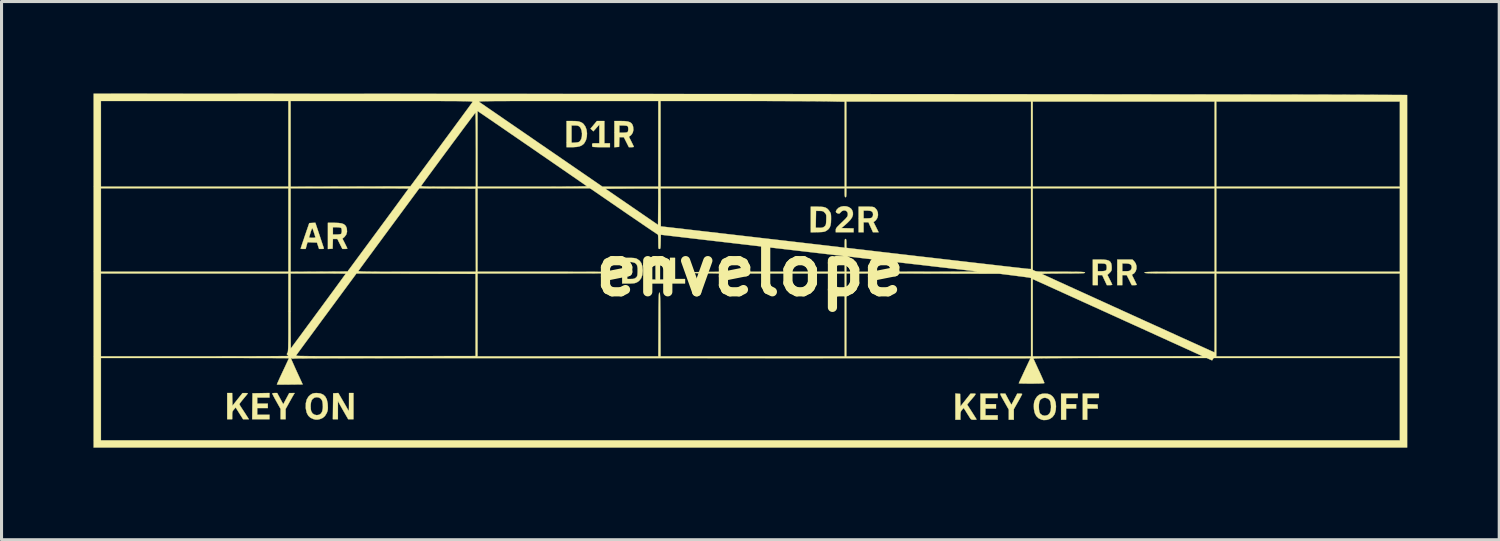
<source format=kicad_pcb>
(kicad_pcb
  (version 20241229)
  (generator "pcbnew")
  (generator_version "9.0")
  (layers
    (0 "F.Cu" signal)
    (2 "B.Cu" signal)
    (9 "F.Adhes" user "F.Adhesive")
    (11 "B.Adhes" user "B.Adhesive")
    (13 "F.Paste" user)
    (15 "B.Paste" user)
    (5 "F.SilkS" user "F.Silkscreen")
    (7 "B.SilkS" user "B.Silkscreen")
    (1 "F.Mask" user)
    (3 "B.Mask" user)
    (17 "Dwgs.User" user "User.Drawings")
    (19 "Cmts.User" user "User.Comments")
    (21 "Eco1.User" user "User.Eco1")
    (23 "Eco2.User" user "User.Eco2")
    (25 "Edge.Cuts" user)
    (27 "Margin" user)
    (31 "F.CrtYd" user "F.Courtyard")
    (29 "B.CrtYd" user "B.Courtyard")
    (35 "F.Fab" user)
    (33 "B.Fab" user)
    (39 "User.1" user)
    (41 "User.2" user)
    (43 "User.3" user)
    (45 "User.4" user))
  (footprint "envelope"
    (layer "F.Cu")
    (at 21.414 5.777)
    (property "Reference" "envelope" (at 0 0 0) (layer "F.SilkS") (effects (font (size 1.524 1.524) (thickness 0.3))))
    (attr through_hole)
    (fp_poly (pts (xy -2.449 0.272) (xy -2.123 0.272) (xy -2.123 0.417) (xy -2.613 0.417) (xy -2.613 -0.417) (xy -2.449 -0.417) (xy -2.449 0.272)) (stroke (width 0.01) (type solid)) (fill yes) (layer "F.SilkS"))
    (fp_poly (pts (xy 10.686 4.155) (xy 10.305 4.155) (xy 10.305 4.354) (xy 10.632 4.354) (xy 10.632 4.499) (xy 10.305 4.499) (xy 10.305 4.862) (xy 10.142 4.862) (xy 10.142 4.01) (xy 10.686 4.01) (xy 10.686 4.155)) (stroke (width 0.01) (type solid)) (fill yes) (layer "F.SilkS"))
    (fp_poly (pts (xy 11.376 4.155) (xy 10.995 4.155) (xy 10.995 4.353) (xy 11.162 4.358) (xy 11.33 4.363) (xy 11.341 4.499) (xy 10.995 4.499) (xy 10.995 4.862) (xy 10.849 4.862) (xy 10.849 4.01) (xy 11.376 4.01) (xy 11.376 4.155)) (stroke (width 0.01) (type solid)) (fill yes) (layer "F.SilkS"))
    (fp_poly (pts (xy 8.074 4.155) (xy 7.674 4.155) (xy 7.674 4.354) (xy 8.019 4.354) (xy 8.019 4.499) (xy 7.674 4.499) (xy 7.674 4.717) (xy 8.074 4.717) (xy 8.074 4.862) (xy 7.511 4.862) (xy 7.511 4.01) (xy 8.074 4.01) (xy 8.074 4.155)) (stroke (width 0.01) (type solid)) (fill yes) (layer "F.SilkS"))
    (fp_poly (pts (xy -15.675 4.137) (xy -16.075 4.137) (xy -16.075 4.336) (xy -15.73 4.336) (xy -15.73 4.481) (xy -16.075 4.481) (xy -16.075 4.699) (xy -15.675 4.699) (xy -15.675 4.844) (xy -16.239 4.844) (xy -16.234 4.422) (xy -16.229 4) (xy -15.952 3.995) (xy -15.675 3.99) (xy -15.675 4.137)) (stroke (width 0.01) (type solid)) (fill yes) (layer "F.SilkS"))
    (fp_poly (pts (xy -2.939 0.29) (xy -2.74 0.29) (xy -2.74 0.417) (xy -3.32 0.417) (xy -3.32 0.29) (xy -3.084 0.29) (xy -3.085 -0.318) (xy -3.189 -0.203) (xy -3.293 -0.088) (xy -3.336 -0.133) (xy -3.379 -0.179) (xy -3.184 -0.417) (xy -3.062 -0.417) (xy -2.939 -0.417) (xy -2.939 0.29)) (stroke (width 0.01) (type solid)) (fill yes) (layer "F.SilkS"))
    (fp_poly (pts (xy -15.226 4.358) (xy -15.129 4.175) (xy -15.031 3.992) (xy -14.943 3.992) (xy -14.855 3.991) (xy -14.89 4.05) (xy -14.913 4.089) (xy -14.948 4.151) (xy -14.991 4.228) (xy -15.037 4.31) (xy -15.037 4.311) (xy -15.149 4.512) (xy -15.149 4.844) (xy -15.313 4.844) (xy -15.313 4.676) (xy -15.313 4.508) (xy -15.449 4.266) (xy -15.496 4.181) (xy -15.536 4.107) (xy -15.566 4.049) (xy -15.582 4.014) (xy -15.585 4.007) (xy -15.569 3.998) (xy -15.528 3.992) (xy -15.504 3.991) (xy -15.424 3.991) (xy -15.226 4.358)) (stroke (width 0.01) (type solid)) (fill yes) (layer "F.SilkS"))
    (fp_poly (pts (xy -4.753 -4.155) (xy -4.572 -4.155) (xy -4.572 -4.028) (xy -4.85 -4.028) (xy -4.947 -4.028) (xy -5.031 -4.031) (xy -5.095 -4.034) (xy -5.133 -4.038) (xy -5.14 -4.04) (xy -5.149 -4.065) (xy -5.153 -4.103) (xy -5.151 -4.131) (xy -5.141 -4.146) (xy -5.115 -4.153) (xy -5.064 -4.155) (xy -5.035 -4.155) (xy -4.917 -4.155) (xy -4.917 -4.459) (xy -4.918 -4.763) (xy -5.015 -4.654) (xy -5.113 -4.545) (xy -5.159 -4.588) (xy -5.205 -4.631) (xy -5.102 -4.755) (xy -4.998 -4.88) (xy -4.876 -4.88) (xy -4.753 -4.88) (xy -4.753 -4.155)) (stroke (width 0.01) (type solid)) (fill yes) (layer "F.SilkS"))
    (fp_poly (pts (xy -13.285 4.24) (xy -13.233 4.33) (xy -13.185 4.413) (xy -13.146 4.482) (xy -13.119 4.53) (xy -13.111 4.545) (xy -13.101 4.563) (xy -13.093 4.568) (xy -13.088 4.557) (xy -13.085 4.524) (xy -13.083 4.467) (xy -13.082 4.38) (xy -13.082 4.295) (xy -13.081 3.991) (xy -12.936 3.991) (xy -12.936 4.844) (xy -13.022 4.844) (xy -13.108 4.844) (xy -13.199 4.687) (xy -13.25 4.598) (xy -13.305 4.502) (xy -13.354 4.414) (xy -13.367 4.392) (xy -13.443 4.255) (xy -13.444 4.549) (xy -13.444 4.844) (xy -13.608 4.844) (xy -13.603 4.422) (xy -13.598 4) (xy -13.431 3.99) (xy -13.285 4.24)) (stroke (width 0.01) (type solid)) (fill yes) (layer "F.SilkS"))
    (fp_poly (pts (xy 8.219 4.009) (xy 8.234 4.01) (xy 8.323 4.01) (xy 8.381 4.119) (xy 8.418 4.189) (xy 8.456 4.258) (xy 8.48 4.301) (xy 8.522 4.374) (xy 8.713 4.01) (xy 8.793 4.01) (xy 8.84 4.012) (xy 8.869 4.02) (xy 8.872 4.024) (xy 8.863 4.044) (xy 8.84 4.089) (xy 8.805 4.155) (xy 8.761 4.234) (xy 8.736 4.278) (xy 8.6 4.518) (xy 8.6 4.862) (xy 8.436 4.862) (xy 8.436 4.532) (xy 8.312 4.312) (xy 8.252 4.206) (xy 8.208 4.128) (xy 8.179 4.073) (xy 8.164 4.038) (xy 8.161 4.019) (xy 8.17 4.01) (xy 8.19 4.008) (xy 8.219 4.009)) (stroke (width 0.01) (type solid)) (fill yes) (layer "F.SilkS"))
    (fp_poly (pts (xy -16.887 4.198) (xy -16.882 4.405) (xy -16.719 4.199) (xy -16.555 3.992) (xy -16.469 3.992) (xy -16.419 3.994) (xy -16.388 3.998) (xy -16.383 4.002) (xy -16.394 4.019) (xy -16.424 4.058) (xy -16.469 4.112) (xy -16.519 4.173) (xy -16.573 4.238) (xy -16.617 4.294) (xy -16.646 4.335) (xy -16.655 4.354) (xy -16.646 4.38) (xy -16.621 4.424) (xy -16.603 4.451) (xy -16.571 4.5) (xy -16.526 4.568) (xy -16.476 4.645) (xy -16.45 4.685) (xy -16.348 4.844) (xy -16.537 4.844) (xy -16.778 4.462) (xy -16.834 4.527) (xy -16.865 4.565) (xy -16.882 4.6) (xy -16.889 4.645) (xy -16.891 4.713) (xy -16.891 4.718) (xy -16.891 4.844) (xy -17.054 4.844) (xy -17.054 3.991) (xy -16.892 3.991) (xy -16.887 4.198)) (stroke (width 0.01) (type solid)) (fill yes) (layer "F.SilkS"))
    (fp_poly (pts (xy 3.88 -2.086) (xy 3.951 -2.084) (xy 3.999 -2.079) (xy 4.032 -2.071) (xy 4.057 -2.059) (xy 4.073 -2.047) (xy 4.132 -1.98) (xy 4.165 -1.898) (xy 4.171 -1.81) (xy 4.152 -1.725) (xy 4.106 -1.651) (xy 4.072 -1.62) (xy 4.024 -1.585) (xy 4.108 -1.419) (xy 4.191 -1.252) (xy 4.007 -1.252) (xy 3.859 -1.578) (xy 3.701 -1.578) (xy 3.701 -1.252) (xy 3.538 -1.252) (xy 3.538 -1.959) (xy 3.701 -1.959) (xy 3.701 -1.705) (xy 3.822 -1.705) (xy 3.902 -1.709) (xy 3.953 -1.721) (xy 3.976 -1.735) (xy 4.003 -1.782) (xy 4.01 -1.834) (xy 4.001 -1.892) (xy 3.97 -1.93) (xy 3.915 -1.952) (xy 3.83 -1.959) (xy 3.815 -1.959) (xy 3.701 -1.959) (xy 3.538 -1.959) (xy 3.538 -2.086) (xy 3.78 -2.086) (xy 3.88 -2.086)) (stroke (width 0.01) (type solid)) (fill yes) (layer "F.SilkS"))
    (fp_poly (pts (xy -5.81 -4.88) (xy -5.688 -4.877) (xy -5.594 -4.866) (xy -5.523 -4.844) (xy -5.465 -4.812) (xy -5.432 -4.782) (xy -5.373 -4.699) (xy -5.335 -4.596) (xy -5.32 -4.482) (xy -5.326 -4.366) (xy -5.354 -4.257) (xy -5.404 -4.164) (xy -5.432 -4.13) (xy -5.489 -4.086) (xy -5.559 -4.055) (xy -5.65 -4.036) (xy -5.767 -4.028) (xy -5.823 -4.028) (xy -5.987 -4.028) (xy -5.987 -4.735) (xy -5.824 -4.735) (xy -5.824 -4.169) (xy -5.703 -4.176) (xy -5.634 -4.183) (xy -5.59 -4.194) (xy -5.559 -4.214) (xy -5.542 -4.232) (xy -5.506 -4.298) (xy -5.486 -4.383) (xy -5.483 -4.478) (xy -5.496 -4.569) (xy -5.525 -4.647) (xy -5.553 -4.685) (xy -5.587 -4.714) (xy -5.623 -4.729) (xy -5.674 -4.735) (xy -5.714 -4.735) (xy -5.824 -4.735) (xy -5.987 -4.735) (xy -5.987 -4.88) (xy -5.81 -4.88)) (stroke (width 0.01) (type solid)) (fill yes) (layer "F.SilkS"))
    (fp_poly (pts (xy 6.849 4.019) (xy 6.854 4.223) (xy 6.859 4.428) (xy 7.19 4.01) (xy 7.279 4.01) (xy 7.318 4.01) (xy 7.343 4.013) (xy 7.352 4.023) (xy 7.344 4.045) (xy 7.317 4.083) (xy 7.269 4.14) (xy 7.209 4.211) (xy 7.078 4.367) (xy 7.231 4.605) (xy 7.283 4.687) (xy 7.328 4.758) (xy 7.362 4.812) (xy 7.381 4.845) (xy 7.384 4.852) (xy 7.368 4.858) (xy 7.326 4.862) (xy 7.295 4.862) (xy 7.24 4.86) (xy 7.206 4.848) (xy 7.18 4.819) (xy 7.164 4.794) (xy 7.134 4.745) (xy 7.092 4.679) (xy 7.048 4.609) (xy 7.044 4.601) (xy 6.964 4.477) (xy 6.912 4.538) (xy 6.884 4.574) (xy 6.868 4.61) (xy 6.861 4.657) (xy 6.859 4.727) (xy 6.859 4.731) (xy 6.858 4.862) (xy 6.695 4.862) (xy 6.695 4.007) (xy 6.849 4.019)) (stroke (width 0.01) (type solid)) (fill yes) (layer "F.SilkS"))
    (fp_poly (pts (xy 12.528 -0.303) (xy 12.576 -0.233) (xy 12.6 -0.151) (xy 12.6 -0.065) (xy 12.577 0.014) (xy 12.532 0.079) (xy 12.5 0.103) (xy 12.449 0.133) (xy 12.529 0.293) (xy 12.563 0.362) (xy 12.59 0.418) (xy 12.606 0.453) (xy 12.609 0.462) (xy 12.593 0.468) (xy 12.552 0.471) (xy 12.528 0.472) (xy 12.446 0.472) (xy 12.364 0.308) (xy 12.282 0.145) (xy 12.138 0.145) (xy 12.138 0.472) (xy 11.974 0.472) (xy 11.974 -0.236) (xy 12.138 -0.236) (xy 12.138 0.018) (xy 12.255 0.018) (xy 12.327 0.016) (xy 12.373 0.006) (xy 12.404 -0.013) (xy 12.41 -0.018) (xy 12.437 -0.064) (xy 12.446 -0.109) (xy 12.435 -0.169) (xy 12.399 -0.209) (xy 12.335 -0.23) (xy 12.255 -0.236) (xy 12.138 -0.236) (xy 11.974 -0.236) (xy 11.974 -0.363) (xy 12.468 -0.363) (xy 12.528 -0.303)) (stroke (width 0.01) (type solid)) (fill yes) (layer "F.SilkS"))
    (fp_poly (pts (xy -3.866 -0.416) (xy -3.796 -0.412) (xy -3.745 -0.404) (xy -3.704 -0.391) (xy -3.684 -0.381) (xy -3.604 -0.325) (xy -3.548 -0.246) (xy -3.515 -0.143) (xy -3.502 -0.012) (xy -3.502 0.01) (xy -3.515 0.14) (xy -3.554 0.247) (xy -3.618 0.33) (xy -3.682 0.375) (xy -3.722 0.394) (xy -3.762 0.406) (xy -3.812 0.413) (xy -3.881 0.417) (xy -3.967 0.417) (xy -4.173 0.417) (xy -4.173 0.272) (xy -4.01 0.272) (xy -3.893 0.272) (xy -3.823 0.27) (xy -3.776 0.26) (xy -3.739 0.24) (xy -3.725 0.228) (xy -3.7 0.204) (xy -3.684 0.177) (xy -3.675 0.138) (xy -3.67 0.078) (xy -3.668 0.033) (xy -3.668 -0.079) (xy -3.683 -0.162) (xy -3.714 -0.22) (xy -3.767 -0.257) (xy -3.843 -0.278) (xy -3.9 -0.285) (xy -4.01 -0.295) (xy -4.01 0.272) (xy -4.173 0.272) (xy -4.173 -0.417) (xy -3.963 -0.417) (xy -3.866 -0.416)) (stroke (width 0.01) (type solid)) (fill yes) (layer "F.SilkS"))
    (fp_poly (pts (xy -4.088 -4.877) (xy -3.99 -4.864) (xy -3.917 -4.841) (xy -3.867 -4.804) (xy -3.834 -4.752) (xy -3.815 -4.69) (xy -3.807 -4.589) (xy -3.828 -4.5) (xy -3.875 -4.429) (xy -3.891 -4.414) (xy -3.952 -4.366) (xy -3.872 -4.206) (xy -3.838 -4.137) (xy -3.811 -4.082) (xy -3.795 -4.046) (xy -3.792 -4.037) (xy -3.808 -4.032) (xy -3.849 -4.028) (xy -3.873 -4.028) (xy -3.955 -4.028) (xy -4.119 -4.354) (xy -4.262 -4.354) (xy -4.273 -4.037) (xy -4.427 -4.026) (xy -4.427 -4.735) (xy -4.264 -4.735) (xy -4.264 -4.499) (xy -4.14 -4.499) (xy -4.07 -4.503) (xy -4.017 -4.511) (xy -3.995 -4.521) (xy -3.981 -4.552) (xy -3.974 -4.602) (xy -3.973 -4.617) (xy -3.978 -4.67) (xy -3.991 -4.708) (xy -3.995 -4.714) (xy -4.025 -4.725) (xy -4.081 -4.733) (xy -4.14 -4.735) (xy -4.264 -4.735) (xy -4.427 -4.735) (xy -4.427 -4.88) (xy -4.218 -4.88) (xy -4.088 -4.877)) (stroke (width 0.01) (type solid)) (fill yes) (layer "F.SilkS"))
    (fp_poly (pts (xy -13.43 -1.556) (xy -13.33 -1.543) (xy -13.257 -1.518) (xy -13.205 -1.479) (xy -13.171 -1.425) (xy -13.153 -1.367) (xy -13.146 -1.267) (xy -13.172 -1.176) (xy -13.227 -1.102) (xy -13.232 -1.098) (xy -13.295 -1.043) (xy -13.216 -0.889) (xy -13.182 -0.821) (xy -13.155 -0.765) (xy -13.139 -0.73) (xy -13.136 -0.721) (xy -13.152 -0.713) (xy -13.193 -0.708) (xy -13.217 -0.708) (xy -13.298 -0.708) (xy -13.462 -1.034) (xy -13.606 -1.034) (xy -13.616 -0.717) (xy -13.693 -0.711) (xy -13.77 -0.705) (xy -13.77 -1.415) (xy -13.607 -1.415) (xy -13.607 -1.179) (xy -13.484 -1.179) (xy -13.413 -1.182) (xy -13.361 -1.191) (xy -13.339 -1.201) (xy -13.325 -1.232) (xy -13.317 -1.282) (xy -13.317 -1.297) (xy -13.322 -1.35) (xy -13.334 -1.388) (xy -13.339 -1.393) (xy -13.369 -1.405) (xy -13.425 -1.413) (xy -13.484 -1.415) (xy -13.607 -1.415) (xy -13.77 -1.415) (xy -13.77 -1.56) (xy -13.561 -1.56) (xy -13.43 -1.556)) (stroke (width 0.01) (type solid)) (fill yes) (layer "F.SilkS"))
    (fp_poly (pts (xy 11.534 -0.359) (xy 11.633 -0.347) (xy 11.704 -0.323) (xy 11.751 -0.284) (xy 11.779 -0.228) (xy 11.791 -0.152) (xy 11.793 -0.098) (xy 11.791 -0.036) (xy 11.78 0.005) (xy 11.755 0.04) (xy 11.723 0.072) (xy 11.653 0.139) (xy 11.731 0.292) (xy 11.765 0.359) (xy 11.792 0.415) (xy 11.807 0.45) (xy 11.81 0.458) (xy 11.794 0.466) (xy 11.753 0.471) (xy 11.723 0.472) (xy 11.635 0.472) (xy 11.559 0.308) (xy 11.483 0.145) (xy 11.339 0.145) (xy 11.339 0.472) (xy 11.176 0.472) (xy 11.176 -0.236) (xy 11.339 -0.236) (xy 11.339 0.018) (xy 11.449 0.018) (xy 11.515 0.015) (xy 11.569 0.007) (xy 11.594 -0.001) (xy 11.617 -0.022) (xy 11.627 -0.06) (xy 11.63 -0.109) (xy 11.625 -0.167) (xy 11.608 -0.205) (xy 11.571 -0.226) (xy 11.509 -0.235) (xy 11.449 -0.236) (xy 11.339 -0.236) (xy 11.176 -0.236) (xy 11.176 -0.363) (xy 11.404 -0.363) (xy 11.534 -0.359)) (stroke (width 0.01) (type solid)) (fill yes) (layer "F.SilkS"))
    (fp_poly (pts (xy 3.137 -2.098) (xy 3.22 -2.072) (xy 3.288 -2.026) (xy 3.325 -1.976) (xy 3.353 -1.896) (xy 3.353 -1.818) (xy 3.325 -1.738) (xy 3.266 -1.653) (xy 3.174 -1.559) (xy 3.125 -1.515) (xy 2.977 -1.388) (xy 3.176 -1.383) (xy 3.375 -1.378) (xy 3.375 -1.252) (xy 2.794 -1.252) (xy 2.794 -1.32) (xy 2.796 -1.348) (xy 2.804 -1.375) (xy 2.823 -1.405) (xy 2.856 -1.443) (xy 2.908 -1.495) (xy 2.982 -1.566) (xy 2.985 -1.569) (xy 3.064 -1.645) (xy 3.12 -1.702) (xy 3.156 -1.746) (xy 3.177 -1.78) (xy 3.186 -1.811) (xy 3.187 -1.815) (xy 3.183 -1.883) (xy 3.154 -1.933) (xy 3.108 -1.961) (xy 3.052 -1.965) (xy 2.994 -1.942) (xy 2.957 -1.908) (xy 2.924 -1.872) (xy 2.897 -1.86) (xy 2.862 -1.867) (xy 2.852 -1.87) (xy 2.808 -1.894) (xy 2.796 -1.927) (xy 2.815 -1.974) (xy 2.824 -1.988) (xy 2.882 -2.048) (xy 2.96 -2.086) (xy 3.047 -2.103) (xy 3.137 -2.098)) (stroke (width 0.01) (type solid)) (fill yes) (layer "F.SilkS"))
    (fp_poly (pts (xy 2.307 -2.084) (xy 2.394 -2.075) (xy 2.46 -2.056) (xy 2.511 -2.026) (xy 2.557 -1.98) (xy 2.585 -1.942) (xy 2.61 -1.905) (xy 2.626 -1.872) (xy 2.635 -1.833) (xy 2.639 -1.78) (xy 2.64 -1.701) (xy 2.64 -1.681) (xy 2.636 -1.563) (xy 2.621 -1.473) (xy 2.594 -1.405) (xy 2.551 -1.35) (xy 2.498 -1.309) (xy 2.464 -1.289) (xy 2.431 -1.275) (xy 2.391 -1.266) (xy 2.335 -1.26) (xy 2.255 -1.256) (xy 2.201 -1.255) (xy 1.978 -1.249) (xy 1.978 -1.397) (xy 2.14 -1.397) (xy 2.257 -1.397) (xy 2.327 -1.399) (xy 2.374 -1.409) (xy 2.411 -1.429) (xy 2.426 -1.441) (xy 2.449 -1.464) (xy 2.465 -1.488) (xy 2.474 -1.523) (xy 2.479 -1.576) (xy 2.483 -1.656) (xy 2.485 -1.737) (xy 2.484 -1.79) (xy 2.478 -1.826) (xy 2.464 -1.853) (xy 2.442 -1.881) (xy 2.436 -1.887) (xy 2.404 -1.92) (xy 2.373 -1.938) (xy 2.33 -1.946) (xy 2.267 -1.948) (xy 2.15 -1.95) (xy 2.145 -1.674) (xy 2.14 -1.397) (xy 1.978 -1.397) (xy 1.978 -2.086) (xy 2.191 -2.086) (xy 2.307 -2.084)) (stroke (width 0.01) (type solid)) (fill yes) (layer "F.SilkS"))
    (fp_poly (pts (xy -14.044 -1.157) (xy -14.006 -1.042) (xy -13.971 -0.937) (xy -13.942 -0.849) (xy -13.919 -0.781) (xy -13.905 -0.74) (xy -13.902 -0.73) (xy -13.909 -0.715) (xy -13.946 -0.708) (xy -13.976 -0.708) (xy -14.058 -0.708) (xy -14.092 -0.812) (xy -14.127 -0.916) (xy -14.281 -0.921) (xy -14.435 -0.927) (xy -14.466 -0.817) (xy -14.496 -0.708) (xy -14.578 -0.708) (xy -14.626 -0.71) (xy -14.655 -0.717) (xy -14.658 -0.721) (xy -14.652 -0.741) (xy -14.636 -0.791) (xy -14.612 -0.865) (xy -14.58 -0.959) (xy -14.543 -1.067) (xy -14.535 -1.093) (xy -14.383 -1.093) (xy -14.377 -1.08) (xy -14.344 -1.073) (xy -14.281 -1.07) (xy -14.216 -1.073) (xy -14.184 -1.08) (xy -14.178 -1.093) (xy -14.212 -1.203) (xy -14.238 -1.282) (xy -14.256 -1.335) (xy -14.269 -1.368) (xy -14.277 -1.383) (xy -14.278 -1.384) (xy -14.288 -1.375) (xy -14.305 -1.338) (xy -14.326 -1.28) (xy -14.333 -1.257) (xy -14.353 -1.188) (xy -14.37 -1.131) (xy -14.381 -1.097) (xy -14.383 -1.093) (xy -14.535 -1.093) (xy -14.518 -1.143) (xy -14.378 -1.551) (xy -14.278 -1.557) (xy -14.179 -1.562) (xy -14.044 -1.157)) (stroke (width 0.01) (type solid)) (fill yes) (layer "F.SilkS"))
    (fp_poly (pts (xy 9.709 4.017) (xy 9.784 4.042) (xy 9.85 4.09) (xy 9.883 4.125) (xy 9.933 4.206) (xy 9.965 4.31) (xy 9.976 4.425) (xy 9.968 4.543) (xy 9.94 4.653) (xy 9.921 4.695) (xy 9.86 4.775) (xy 9.777 4.834) (xy 9.679 4.867) (xy 9.575 4.873) (xy 9.508 4.86) (xy 9.408 4.814) (xy 9.333 4.741) (xy 9.283 4.643) (xy 9.257 4.518) (xy 9.254 4.448) (xy 9.416 4.448) (xy 9.422 4.533) (xy 9.435 4.606) (xy 9.457 4.657) (xy 9.461 4.663) (xy 9.53 4.715) (xy 9.607 4.733) (xy 9.687 4.716) (xy 9.719 4.7) (xy 9.771 4.648) (xy 9.803 4.567) (xy 9.813 4.457) (xy 9.811 4.39) (xy 9.799 4.299) (xy 9.777 4.235) (xy 9.739 4.191) (xy 9.69 4.162) (xy 9.614 4.144) (xy 9.539 4.158) (xy 9.475 4.202) (xy 9.451 4.233) (xy 9.43 4.287) (xy 9.419 4.362) (xy 9.416 4.448) (xy 9.254 4.448) (xy 9.253 4.435) (xy 9.255 4.352) (xy 9.263 4.291) (xy 9.281 4.237) (xy 9.303 4.19) (xy 9.359 4.104) (xy 9.429 4.047) (xy 9.519 4.017) (xy 9.612 4.01) (xy 9.709 4.017)) (stroke (width 0.01) (type solid)) (fill yes) (layer "F.SilkS"))
    (fp_poly (pts (xy -14.017 4.004) (xy -13.924 4.043) (xy -13.854 4.109) (xy -13.806 4.202) (xy -13.779 4.325) (xy -13.774 4.392) (xy -13.771 4.474) (xy -13.774 4.534) (xy -13.785 4.582) (xy -13.804 4.634) (xy -13.811 4.649) (xy -13.866 4.739) (xy -13.936 4.801) (xy -14.029 4.841) (xy -14.034 4.842) (xy -14.107 4.858) (xy -14.17 4.857) (xy -14.24 4.841) (xy -14.338 4.797) (xy -14.411 4.728) (xy -14.461 4.633) (xy -14.488 4.51) (xy -14.492 4.466) (xy -14.332 4.466) (xy -14.323 4.55) (xy -14.312 4.589) (xy -14.272 4.654) (xy -14.21 4.697) (xy -14.134 4.713) (xy -14.053 4.7) (xy -14.053 4.699) (xy -13.994 4.659) (xy -13.955 4.588) (xy -13.936 4.488) (xy -13.934 4.431) (xy -13.938 4.35) (xy -13.948 4.278) (xy -13.96 4.235) (xy -14.003 4.174) (xy -14.063 4.138) (xy -14.133 4.126) (xy -14.203 4.14) (xy -14.264 4.18) (xy -14.299 4.227) (xy -14.32 4.29) (xy -14.331 4.375) (xy -14.332 4.466) (xy -14.492 4.466) (xy -14.492 4.463) (xy -14.489 4.321) (xy -14.46 4.204) (xy -14.406 4.113) (xy -14.382 4.087) (xy -14.321 4.036) (xy -14.265 4.007) (xy -14.199 3.994) (xy -14.134 3.991) (xy -14.017 4.004)) (stroke (width 0.01) (type solid)) (fill yes) (layer "F.SilkS"))
    (fp_poly (pts (xy -2.3 -5.762) (xy -1.454 -5.761) (xy -0.613 -5.761) (xy 0.222 -5.76) (xy 1.051 -5.76) (xy 1.873 -5.759) (xy 2.687 -5.758) (xy 3.491 -5.758) (xy 4.286 -5.757) (xy 5.07 -5.757) (xy 5.842 -5.756) (xy 6.602 -5.756) (xy 7.348 -5.755) (xy 8.08 -5.754) (xy 8.797 -5.754) (xy 9.498 -5.753) (xy 10.182 -5.752) (xy 10.848 -5.752) (xy 11.496 -5.751) (xy 12.124 -5.75) (xy 12.731 -5.75) (xy 13.318 -5.749) (xy 13.882 -5.749) (xy 14.423 -5.748) (xy 14.941 -5.747) (xy 15.434 -5.747) (xy 15.901 -5.746) (xy 16.341 -5.745) (xy 16.754 -5.745) (xy 17.139 -5.744) (xy 17.495 -5.744) (xy 17.821 -5.743) (xy 18.116 -5.742) (xy 18.379 -5.742) (xy 18.61 -5.741) (xy 18.807 -5.741) (xy 18.97 -5.74) (xy 19.097 -5.74) (xy 19.118 -5.74) (xy 21.427 -5.729) (xy 21.427 5.769) (xy -21.409 5.769) (xy -21.409 2.848) (xy -21.173 2.848) (xy -21.173 5.534) (xy 21.191 5.534) (xy 21.191 2.848) (xy 15.117 2.848) (xy 15.092 2.887) (xy 15.066 2.926) (xy 14.978 2.887) (xy 14.891 2.848) (xy 12.061 2.848) (xy 11.673 2.848) (xy 11.32 2.849) (xy 11.001 2.849) (xy 10.714 2.849) (xy 10.457 2.85) (xy 10.229 2.851) (xy 10.029 2.852) (xy 9.856 2.853) (xy 9.707 2.854) (xy 9.582 2.855) (xy 9.479 2.857) (xy 9.396 2.859) (xy 9.332 2.861) (xy 9.287 2.863) (xy 9.257 2.866) (xy 9.243 2.869) (xy 9.24 2.871) (xy 9.25 2.894) (xy 9.274 2.944) (xy 9.307 3.017) (xy 9.349 3.109) (xy 9.397 3.213) (xy 9.424 3.27) (xy 9.474 3.379) (xy 9.518 3.477) (xy 9.554 3.559) (xy 9.581 3.621) (xy 9.595 3.658) (xy 9.598 3.665) (xy 9.58 3.671) (xy 9.528 3.676) (xy 9.443 3.68) (xy 9.328 3.682) (xy 9.185 3.683) (xy 9.18 3.683) (xy 9.062 3.683) (xy 8.956 3.681) (xy 8.869 3.68) (xy 8.805 3.678) (xy 8.769 3.675) (xy 8.763 3.673) (xy 8.77 3.655) (xy 8.791 3.608) (xy 8.823 3.538) (xy 8.865 3.449) (xy 8.913 3.345) (xy 8.952 3.261) (xy 9.142 2.857) (xy -2.862 2.853) (xy -3.694 2.853) (xy -4.499 2.852) (xy -5.278 2.852) (xy -6.028 2.852) (xy -6.751 2.852) (xy -7.446 2.852) (xy -8.113 2.852) (xy -8.75 2.852) (xy -9.358 2.853) (xy -9.937 2.853) (xy -10.486 2.853) (xy -11.004 2.853) (xy -11.492 2.854) (xy -11.948 2.854) (xy -12.373 2.855) (xy -12.766 2.856) (xy -13.127 2.856) (xy -13.456 2.857) (xy -13.751 2.858) (xy -14.013 2.858) (xy -14.242 2.859) (xy -14.436 2.86) (xy -14.596 2.861) (xy -14.721 2.862) (xy -14.811 2.863) (xy -14.865 2.865) (xy -14.884 2.866) (xy -14.914 2.873) (xy -14.936 2.864) (xy -14.966 2.852) (xy -14.977 2.852) (xy -14.971 2.869) (xy -14.953 2.915) (xy -14.922 2.985) (xy -14.882 3.075) (xy -14.835 3.18) (xy -14.788 3.284) (xy -14.592 3.71) (xy -15.009 3.715) (xy -15.129 3.716) (xy -15.235 3.717) (xy -15.324 3.717) (xy -15.389 3.716) (xy -15.427 3.714) (xy -15.433 3.713) (xy -15.428 3.696) (xy -15.408 3.65) (xy -15.377 3.58) (xy -15.337 3.491) (xy -15.288 3.387) (xy -15.24 3.284) (xy -15.186 3.17) (xy -15.138 3.067) (xy -15.097 2.979) (xy -15.066 2.912) (xy -15.046 2.869) (xy -15.04 2.855) (xy -15.058 2.854) (xy -15.111 2.854) (xy -15.195 2.853) (xy -15.311 2.852) (xy -15.455 2.852) (xy -15.626 2.851) (xy -15.823 2.851) (xy -16.042 2.85) (xy -16.283 2.85) (xy -16.543 2.849) (xy -16.821 2.849) (xy -17.115 2.849) (xy -17.422 2.849) (xy -17.742 2.848) (xy -18.072 2.848) (xy -21.173 2.848) (xy -21.409 2.848) (xy -21.409 0.091) (xy -21.173 0.091) (xy -21.173 2.794) (xy -18.116 2.794) (xy -17.786 2.794) (xy -17.465 2.794) (xy -17.157 2.793) (xy -16.862 2.793) (xy -16.583 2.792) (xy -16.321 2.792) (xy -16.079 2.791) (xy -15.858 2.79) (xy -15.66 2.789) (xy -15.486 2.788) (xy -15.34 2.787) (xy -15.222 2.786) (xy -15.134 2.785) (xy -15.079 2.784) (xy -15.059 2.782) (xy -15.059 2.782) (xy -15.066 2.771) (xy -14.812 2.771) (xy -14.807 2.774) (xy -14.789 2.777) (xy -14.756 2.78) (xy -14.706 2.782) (xy -14.639 2.784) (xy -14.552 2.785) (xy -14.444 2.787) (xy -14.314 2.788) (xy -14.161 2.789) (xy -13.983 2.79) (xy -13.779 2.79) (xy -13.547 2.791) (xy -13.285 2.791) (xy -12.994 2.791) (xy -12.67 2.791) (xy -12.313 2.79) (xy -11.921 2.79) (xy -11.889 2.79) (xy -8.954 2.785) (xy -8.954 0.1) (xy -12.838 0.091) (xy -13.818 1.42) (xy -13.962 1.614) (xy -14.099 1.801) (xy -14.229 1.978) (xy -14.35 2.142) (xy -14.461 2.292) (xy -14.559 2.425) (xy -14.643 2.54) (xy -14.712 2.634) (xy -14.764 2.705) (xy -14.798 2.752) (xy -14.812 2.771) (xy -14.812 2.771) (xy -15.066 2.771) (xy -15.071 2.764) (xy -15.089 2.749) (xy -15.108 2.73) (xy -15.105 2.709) (xy -15.089 2.684) (xy -15.083 2.673) (xy -15.078 2.657) (xy -15.073 2.633) (xy -15.07 2.598) (xy -15.067 2.55) (xy -15.064 2.487) (xy -15.063 2.406) (xy -15.061 2.303) (xy -15.06 2.178) (xy -15.059 2.027) (xy -15.059 1.847) (xy -15.059 1.636) (xy -15.059 1.392) (xy -15.059 0.091) (xy -14.986 0.091) (xy -14.986 1.318) (xy -14.986 1.526) (xy -14.986 1.722) (xy -14.985 1.903) (xy -14.985 2.068) (xy -14.984 2.213) (xy -14.983 2.335) (xy -14.982 2.431) (xy -14.981 2.498) (xy -14.98 2.534) (xy -14.98 2.538) (xy -14.968 2.523) (xy -14.937 2.481) (xy -14.887 2.413) (xy -14.821 2.323) (xy -14.739 2.213) (xy -14.644 2.084) (xy -14.537 1.938) (xy -14.42 1.779) (xy -14.293 1.608) (xy -14.16 1.427) (xy -14.082 1.321) (xy -13.945 1.135) (xy -13.815 0.958) (xy -13.693 0.792) (xy -13.58 0.638) (xy -13.479 0.5) (xy -13.39 0.378) (xy -13.315 0.276) (xy -13.257 0.195) (xy -13.215 0.138) (xy -13.193 0.106) (xy -13.19 0.101) (xy -13.207 0.099) (xy -13.258 0.097) (xy -13.338 0.095) (xy -13.443 0.094) (xy -13.572 0.093) (xy -13.719 0.092) (xy -13.881 0.091) (xy -14.056 0.091) (xy -14.088 0.091) (xy -14.986 0.091) (xy -15.059 0.091) (xy -21.173 0.091) (xy -21.409 0.091) (xy -21.409 -2.685) (xy -21.173 -2.685) (xy -21.173 0.036) (xy -15.059 0.036) (xy -15.059 -2.685) (xy -14.986 -2.685) (xy -14.986 0.037) (xy -14.057 0.032) (xy -13.128 0.027) (xy -13.117 0.012) (xy -12.778 0.012) (xy -12.776 0.016) (xy -12.762 0.019) (xy -12.736 0.022) (xy -12.696 0.025) (xy -12.638 0.028) (xy -12.563 0.03) (xy -12.467 0.031) (xy -12.349 0.033) (xy -12.207 0.034) (xy -12.04 0.035) (xy -11.844 0.035) (xy -11.62 0.036) (xy -11.364 0.036) (xy -11.074 0.036) (xy -10.868 0.036) (xy -8.944 0.036) (xy -8.89 0.036) (xy -6.649 0.036) (xy -6.315 0.036) (xy -6.015 0.036) (xy -5.748 0.037) (xy -5.511 0.037) (xy -5.303 0.038) (xy -5.123 0.038) (xy -4.968 0.039) (xy -4.836 0.04) (xy -4.726 0.042) (xy -4.636 0.043) (xy -4.564 0.045) (xy -4.509 0.047) (xy -4.467 0.05) (xy -4.438 0.053) (xy -4.42 0.056) (xy -4.411 0.06) (xy -4.409 0.064) (xy -4.412 0.068) (xy -4.422 0.071) (xy -4.442 0.074) (xy -4.472 0.077) (xy -4.516 0.08) (xy -4.574 0.082) (xy -4.648 0.084) (xy -4.741 0.086) (xy -4.854 0.087) (xy -4.989 0.088) (xy -5.147 0.089) (xy -5.331 0.09) (xy -5.543 0.09) (xy -5.784 0.09) (xy -6.056 0.091) (xy -6.36 0.091) (xy -6.649 0.091) (xy -8.89 0.091) (xy -8.89 2.794) (xy -2.994 2.794) (xy -2.989 1.755) (xy -2.988 1.533) (xy -2.987 1.344) (xy -2.986 1.186) (xy -2.984 1.056) (xy -2.982 0.952) (xy -2.98 0.871) (xy -2.977 0.81) (xy -2.974 0.767) (xy -2.97 0.739) (xy -2.965 0.723) (xy -2.959 0.717) (xy -2.957 0.717) (xy -2.951 0.72) (xy -2.946 0.732) (xy -2.942 0.756) (xy -2.939 0.793) (xy -2.936 0.848) (xy -2.933 0.921) (xy -2.931 1.017) (xy -2.93 1.137) (xy -2.928 1.285) (xy -2.927 1.462) (xy -2.926 1.673) (xy -2.925 1.755) (xy -2.921 2.794) (xy 3.084 2.794) (xy 3.139 2.794) (xy 9.162 2.794) (xy 9.217 2.794) (xy 11.988 2.793) (xy 14.759 2.791) (xy 14.65 2.741) (xy 14.621 2.727) (xy 14.56 2.7) (xy 14.471 2.659) (xy 14.356 2.606) (xy 14.216 2.543) (xy 14.055 2.469) (xy 13.873 2.387) (xy 13.674 2.297) (xy 13.46 2.199) (xy 13.233 2.096) (xy 12.994 1.987) (xy 12.747 1.875) (xy 12.493 1.76) (xy 12.235 1.643) (xy 11.974 1.524) (xy 11.714 1.406) (xy 11.456 1.289) (xy 11.203 1.174) (xy 10.956 1.062) (xy 10.718 0.954) (xy 10.491 0.851) (xy 10.277 0.754) (xy 10.079 0.664) (xy 9.899 0.582) (xy 9.738 0.509) (xy 9.6 0.446) (xy 9.486 0.395) (xy 9.398 0.355) (xy 9.339 0.329) (xy 9.312 0.316) (xy 9.217 0.274) (xy 9.217 2.794) (xy 9.162 2.794) (xy 9.162 0.239) (xy 9.112 0.228) (xy 9.081 0.223) (xy 9.019 0.214) (xy 8.932 0.202) (xy 8.826 0.188) (xy 8.705 0.173) (xy 8.6 0.159) (xy 8.137 0.101) (xy 5.638 0.095) (xy 3.139 0.09) (xy 3.139 2.794) (xy 3.084 2.794) (xy 3.084 0.091) (xy 0.608 0.091) (xy 0.255 0.091) (xy -0.063 0.091) (xy -0.348 0.09) (xy -0.602 0.09) (xy -0.827 0.09) (xy -1.024 0.089) (xy -1.195 0.088) (xy -1.342 0.087) (xy -1.467 0.086) (xy -1.571 0.085) (xy -1.656 0.083) (xy -1.724 0.081) (xy -1.777 0.079) (xy -1.815 0.076) (xy -1.842 0.073) (xy -1.859 0.07) (xy -1.867 0.066) (xy -1.869 0.064) (xy -1.866 0.06) (xy -1.855 0.056) (xy -1.836 0.053) (xy -1.806 0.05) (xy -1.764 0.048) (xy -1.708 0.046) (xy -1.635 0.044) (xy -1.545 0.042) (xy -1.436 0.041) (xy -1.305 0.04) (xy -1.152 0.039) (xy -0.974 0.038) (xy -0.77 0.037) (xy -0.537 0.037) (xy -0.275 0.037) (xy 0.019 0.036) (xy 0.346 0.036) (xy 0.608 0.036) (xy 3.084 0.036) (xy 3.139 0.036) (xy 5.284 0.034) (xy 5.559 0.034) (xy 5.824 0.033) (xy 6.075 0.033) (xy 6.312 0.032) (xy 6.531 0.032) (xy 6.731 0.031) (xy 6.909 0.03) (xy 7.063 0.03) (xy 7.191 0.029) (xy 7.291 0.028) (xy 7.36 0.027) (xy 7.397 0.026) (xy 7.402 0.026) (xy 7.376 0.022) (xy 7.32 0.014) (xy 7.241 0.005) (xy 7.144 -0.006) (xy 7.048 -0.017) (xy 6.964 -0.027) (xy 6.852 -0.04) (xy 6.715 -0.055) (xy 6.555 -0.073) (xy 6.377 -0.094) (xy 6.182 -0.116) (xy 5.974 -0.14) (xy 5.755 -0.166) (xy 5.529 -0.192) (xy 5.298 -0.218) (xy 5.066 -0.245) (xy 4.835 -0.272) (xy 4.607 -0.298) (xy 4.387 -0.324) (xy 4.177 -0.348) (xy 3.98 -0.371) (xy 3.799 -0.392) (xy 3.636 -0.411) (xy 3.495 -0.428) (xy 3.379 -0.442) (xy 3.29 -0.452) (xy 3.232 -0.459) (xy 3.207 -0.462) (xy 3.139 -0.472) (xy 3.139 0.036) (xy 3.084 0.036) (xy 3.084 -0.218) (xy 3.084 -0.309) (xy 3.083 -0.386) (xy 3.082 -0.442) (xy 3.08 -0.471) (xy 3.08 -0.473) (xy 3.062 -0.475) (xy 3.009 -0.482) (xy 2.925 -0.492) (xy 2.809 -0.505) (xy 2.666 -0.522) (xy 2.496 -0.542) (xy 2.3 -0.565) (xy 2.082 -0.59) (xy 1.843 -0.618) (xy 1.585 -0.648) (xy 1.31 -0.68) (xy 1.019 -0.714) (xy 0.714 -0.749) (xy 0.398 -0.786) (xy 0.082 -0.823) (xy -2.912 -1.172) (xy -2.917 -0.94) (xy -2.919 -0.844) (xy -2.923 -0.779) (xy -2.927 -0.739) (xy -2.935 -0.717) (xy -2.946 -0.709) (xy -2.958 -0.708) (xy -2.972 -0.71) (xy -2.982 -0.72) (xy -2.989 -0.744) (xy -2.992 -0.788) (xy -2.993 -0.857) (xy -2.994 -0.943) (xy -2.995 -1.031) (xy -2.998 -1.104) (xy -3.002 -1.156) (xy -3.008 -1.179) (xy -3.009 -1.179) (xy -3.026 -1.189) (xy -3.071 -1.218) (xy -3.141 -1.265) (xy -3.233 -1.327) (xy -3.346 -1.403) (xy -3.477 -1.492) (xy -3.623 -1.592) (xy -3.783 -1.701) (xy -3.954 -1.817) (xy -4.121 -1.932) (xy -5.203 -2.676) (xy -4.726 -2.676) (xy -3.003 -1.492) (xy -2.998 -2.082) (xy -2.997 -2.225) (xy -2.996 -2.355) (xy -2.996 -2.47) (xy -2.997 -2.563) (xy -2.997 -2.632) (xy -2.999 -2.671) (xy -3 -2.679) (xy -3.018 -2.68) (xy -3.07 -2.681) (xy -3.151 -2.682) (xy -3.257 -2.682) (xy -3.386 -2.682) (xy -3.532 -2.682) (xy -3.694 -2.682) (xy -3.866 -2.681) (xy -4.726 -2.676) (xy -5.203 -2.676) (xy -5.216 -2.685) (xy -7.053 -2.685) (xy -8.89 -2.685) (xy -2.921 -2.685) (xy -2.917 -2.065) (xy -2.912 -1.444) (xy 0.018 -1.105) (xy 0.341 -1.067) (xy 0.655 -1.031) (xy 0.958 -0.996) (xy 1.248 -0.962) (xy 1.523 -0.93) (xy 1.781 -0.9) (xy 2.02 -0.872) (xy 2.238 -0.847) (xy 2.434 -0.824) (xy 2.604 -0.804) (xy 2.748 -0.788) (xy 2.863 -0.774) (xy 2.948 -0.764) (xy 3 -0.758) (xy 3.016 -0.756) (xy 3.084 -0.747) (xy 3.084 -0.891) (xy 3.086 -0.965) (xy 3.09 -1.009) (xy 3.1 -1.03) (xy 3.111 -1.034) (xy 3.125 -1.027) (xy 3.134 -1.003) (xy 3.138 -0.953) (xy 3.139 -0.889) (xy 3.139 -0.822) (xy 3.141 -0.771) (xy 3.143 -0.745) (xy 3.143 -0.743) (xy 3.217 -0.734) (xy 3.32 -0.722) (xy 3.451 -0.706) (xy 3.608 -0.688) (xy 3.789 -0.667) (xy 3.99 -0.643) (xy 4.21 -0.617) (xy 4.446 -0.59) (xy 4.696 -0.561) (xy 4.958 -0.53) (xy 5.229 -0.499) (xy 5.507 -0.466) (xy 5.79 -0.434) (xy 6.076 -0.401) (xy 6.361 -0.368) (xy 6.645 -0.335) (xy 6.923 -0.303) (xy 7.195 -0.271) (xy 7.458 -0.241) (xy 7.71 -0.212) (xy 7.947 -0.185) (xy 8.169 -0.159) (xy 8.372 -0.136) (xy 8.554 -0.115) (xy 8.714 -0.097) (xy 8.848 -0.082) (xy 8.954 -0.07) (xy 9.031 -0.062) (xy 9.075 -0.057) (xy 9.085 -0.056) (xy 9.162 -0.054) (xy 9.162 -2.685) (xy 9.217 -2.685) (xy 9.217 -0.025) (xy 9.281 0.006) (xy 9.299 0.013) (xy 9.324 0.019) (xy 9.357 0.024) (xy 9.403 0.028) (xy 9.464 0.031) (xy 9.545 0.033) (xy 9.648 0.035) (xy 9.777 0.036) (xy 9.936 0.036) (xy 10.127 0.036) (xy 10.133 0.036) (xy 10.325 0.036) (xy 10.484 0.037) (xy 10.612 0.038) (xy 10.713 0.039) (xy 10.79 0.041) (xy 10.846 0.044) (xy 10.885 0.048) (xy 10.908 0.052) (xy 10.919 0.058) (xy 10.922 0.064) (xy 10.918 0.07) (xy 10.905 0.076) (xy 10.879 0.081) (xy 10.837 0.084) (xy 10.777 0.087) (xy 10.693 0.089) (xy 10.584 0.09) (xy 10.447 0.091) (xy 10.277 0.092) (xy 10.21 0.092) (xy 10.007 0.093) (xy 9.84 0.094) (xy 9.708 0.096) (xy 9.612 0.099) (xy 9.551 0.103) (xy 9.525 0.108) (xy 9.525 0.111) (xy 9.543 0.12) (xy 9.592 0.142) (xy 9.67 0.178) (xy 9.775 0.226) (xy 9.904 0.285) (xy 10.056 0.355) (xy 10.229 0.433) (xy 10.42 0.521) (xy 10.627 0.615) (xy 10.849 0.716) (xy 11.083 0.822) (xy 11.327 0.934) (xy 11.579 1.048) (xy 11.837 1.166) (xy 12.099 1.285) (xy 12.363 1.405) (xy 12.627 1.525) (xy 12.888 1.644) (xy 13.145 1.76) (xy 13.396 1.874) (xy 13.638 1.984) (xy 13.869 2.089) (xy 14.088 2.189) (xy 14.292 2.281) (xy 14.479 2.366) (xy 14.648 2.442) (xy 14.795 2.509) (xy 14.919 2.565) (xy 15.018 2.61) (xy 15.09 2.642) (xy 15.133 2.661) (xy 15.145 2.666) (xy 15.145 2.649) (xy 15.146 2.598) (xy 15.147 2.516) (xy 15.147 2.407) (xy 15.148 2.273) (xy 15.148 2.118) (xy 15.149 1.943) (xy 15.149 1.752) (xy 15.149 1.548) (xy 15.149 1.379) (xy 15.149 0.091) (xy 15.204 0.091) (xy 15.204 2.794) (xy 21.191 2.794) (xy 21.191 0.091) (xy 15.204 0.091) (xy 15.149 0.091) (xy 14.006 0.091) (xy 13.772 0.091) (xy 13.572 0.09) (xy 13.403 0.09) (xy 13.262 0.089) (xy 13.148 0.088) (xy 13.057 0.086) (xy 12.987 0.084) (xy 12.935 0.081) (xy 12.9 0.078) (xy 12.878 0.074) (xy 12.866 0.069) (xy 12.863 0.064) (xy 12.867 0.058) (xy 12.878 0.053) (xy 12.901 0.049) (xy 12.937 0.046) (xy 12.989 0.043) (xy 13.06 0.041) (xy 13.152 0.039) (xy 13.267 0.038) (xy 13.409 0.037) (xy 13.579 0.037) (xy 13.781 0.036) (xy 14.006 0.036) (xy 15.149 0.036) (xy 15.149 -2.685) (xy 15.204 -2.685) (xy 15.204 0.036) (xy 21.191 0.036) (xy 21.191 -2.685) (xy 15.204 -2.685) (xy 15.149 -2.685) (xy 9.217 -2.685) (xy 9.162 -2.685) (xy 3.139 -2.685) (xy 3.139 -2.54) (xy 3.137 -2.466) (xy 3.133 -2.421) (xy 3.124 -2.399) (xy 3.111 -2.395) (xy 3.098 -2.402) (xy 3.089 -2.426) (xy 3.085 -2.476) (xy 3.084 -2.54) (xy 3.084 -2.685) (xy -2.921 -2.685) (xy -8.89 -2.685) (xy -8.89 0.036) (xy -8.944 0.036) (xy -8.949 -1.32) (xy -8.954 -2.676) (xy -10.79 -2.685) (xy -11.777 -1.349) (xy -11.921 -1.154) (xy -12.059 -0.966) (xy -12.19 -0.789) (xy -12.311 -0.624) (xy -12.422 -0.474) (xy -12.521 -0.34) (xy -12.606 -0.224) (xy -12.676 -0.129) (xy -12.728 -0.057) (xy -12.763 -0.009) (xy -12.778 0.011) (xy -12.778 0.012) (xy -13.117 0.012) (xy -12.134 -1.32) (xy -11.99 -1.516) (xy -11.852 -1.703) (xy -11.721 -1.881) (xy -11.6 -2.045) (xy -11.49 -2.195) (xy -11.392 -2.329) (xy -11.308 -2.443) (xy -11.239 -2.538) (xy -11.187 -2.609) (xy -11.154 -2.656) (xy -11.14 -2.676) (xy -11.14 -2.676) (xy -11.157 -2.678) (xy -11.209 -2.679) (xy -11.292 -2.68) (xy -11.405 -2.681) (xy -11.544 -2.682) (xy -11.708 -2.683) (xy -11.894 -2.683) (xy -12.1 -2.684) (xy -12.323 -2.684) (xy -12.561 -2.685) (xy -12.812 -2.685) (xy -13.063 -2.685) (xy -14.986 -2.685) (xy -15.059 -2.685) (xy -21.173 -2.685) (xy -21.409 -2.685) (xy -21.409 -5.534) (xy -21.173 -5.534) (xy -21.173 -2.74) (xy -15.059 -2.74) (xy -15.059 -5.534) (xy -14.986 -5.534) (xy -14.986 -2.739) (xy -13.033 -2.744) (xy -11.08 -2.749) (xy -11.068 -2.765) (xy -10.728 -2.765) (xy -10.727 -2.759) (xy -10.715 -2.754) (xy -10.688 -2.75) (xy -10.646 -2.747) (xy -10.583 -2.744) (xy -10.499 -2.742) (xy -10.39 -2.741) (xy -10.253 -2.74) (xy -10.086 -2.74) (xy -9.886 -2.74) (xy -9.843 -2.74) (xy -8.944 -2.74) (xy -8.89 -2.74) (xy -7.099 -2.74) (xy -6.81 -2.74) (xy -6.542 -2.74) (xy -6.296 -2.741) (xy -6.074 -2.742) (xy -5.878 -2.743) (xy -5.709 -2.745) (xy -5.569 -2.747) (xy -5.459 -2.749) (xy -5.381 -2.751) (xy -5.336 -2.754) (xy -5.326 -2.756) (xy -5.342 -2.768) (xy -5.386 -2.798) (xy -5.455 -2.847) (xy -5.548 -2.91) (xy -5.661 -2.989) (xy -5.793 -3.08) (xy -5.941 -3.182) (xy -6.102 -3.293) (xy -6.276 -3.413) (xy -6.459 -3.539) (xy -6.649 -3.67) (xy -6.845 -3.804) (xy -7.042 -3.941) (xy -7.24 -4.077) (xy -7.437 -4.212) (xy -7.629 -4.344) (xy -7.814 -4.471) (xy -7.991 -4.593) (xy -8.156 -4.707) (xy -8.309 -4.811) (xy -8.445 -4.905) (xy -8.564 -4.986) (xy -8.663 -5.054) (xy -8.739 -5.106) (xy -8.777 -5.131) (xy -8.89 -5.208) (xy -8.89 -2.74) (xy -8.944 -2.74) (xy -8.944 -3.946) (xy -8.945 -4.152) (xy -8.945 -4.346) (xy -8.946 -4.527) (xy -8.947 -4.69) (xy -8.949 -4.834) (xy -8.951 -4.954) (xy -8.953 -5.049) (xy -8.955 -5.114) (xy -8.957 -5.148) (xy -8.958 -5.152) (xy -8.97 -5.138) (xy -9.002 -5.097) (xy -9.051 -5.032) (xy -9.116 -4.946) (xy -9.194 -4.842) (xy -9.285 -4.721) (xy -9.385 -4.587) (xy -9.492 -4.442) (xy -9.606 -4.289) (xy -9.724 -4.131) (xy -9.843 -3.969) (xy -9.963 -3.808) (xy -10.081 -3.649) (xy -10.194 -3.495) (xy -10.302 -3.349) (xy -10.402 -3.213) (xy -10.493 -3.09) (xy -10.571 -2.983) (xy -10.636 -2.894) (xy -10.685 -2.826) (xy -10.717 -2.782) (xy -10.728 -2.765) (xy -11.068 -2.765) (xy -10.075 -4.109) (xy -9.929 -4.307) (xy -9.789 -4.496) (xy -9.657 -4.675) (xy -9.534 -4.843) (xy -9.421 -4.996) (xy -9.321 -5.133) (xy -9.234 -5.251) (xy -9.162 -5.349) (xy -9.107 -5.425) (xy -9.07 -5.476) (xy -9.053 -5.5) (xy -9.052 -5.502) (xy -9.051 -5.506) (xy -9.054 -5.51) (xy -9.054 -5.51) (xy -8.84 -5.51) (xy -8.839 -5.506) (xy -8.835 -5.502) (xy -8.815 -5.488) (xy -8.767 -5.455) (xy -8.692 -5.404) (xy -8.593 -5.335) (xy -8.471 -5.251) (xy -8.328 -5.153) (xy -8.166 -5.042) (xy -7.987 -4.918) (xy -7.792 -4.784) (xy -7.583 -4.641) (xy -7.362 -4.489) (xy -7.131 -4.33) (xy -6.892 -4.165) (xy -6.804 -4.105) (xy -4.818 -2.74) (xy -2.994 -2.74) (xy -2.921 -2.74) (xy 3.084 -2.74) (xy 3.084 -5.51) (xy 2.798 -5.515) (xy 3.139 -5.515) (xy 3.139 -2.74) (xy 9.162 -2.74) (xy 9.162 -5.515) (xy 9.217 -5.515) (xy 9.217 -2.74) (xy 15.149 -2.74) (xy 15.149 -5.515) (xy 15.204 -5.515) (xy 15.204 -2.74) (xy 21.191 -2.74) (xy 21.191 -5.515) (xy 15.204 -5.515) (xy 15.149 -5.515) (xy 9.217 -5.515) (xy 9.162 -5.515) (xy 3.139 -5.515) (xy 2.798 -5.515) (xy 2.499 -5.522) (xy 2.408 -5.523) (xy 2.282 -5.524) (xy 2.127 -5.526) (xy 1.943 -5.527) (xy 1.735 -5.528) (xy 1.504 -5.529) (xy 1.255 -5.53) (xy 0.988 -5.531) (xy 0.709 -5.532) (xy 0.418 -5.533) (xy 0.12 -5.533) (xy -0.184 -5.533) (xy -0.489 -5.534) (xy -0.503 -5.534) (xy -2.921 -5.534) (xy -2.921 -2.74) (xy -2.994 -2.74) (xy -2.994 -5.534) (xy -5.937 -5.534) (xy -6.319 -5.534) (xy -6.668 -5.534) (xy -6.983 -5.533) (xy -7.266 -5.533) (xy -7.52 -5.533) (xy -7.745 -5.533) (xy -7.944 -5.532) (xy -8.118 -5.531) (xy -8.268 -5.531) (xy -8.397 -5.53) (xy -8.506 -5.528) (xy -8.595 -5.527) (xy -8.668 -5.525) (xy -8.726 -5.523) (xy -8.77 -5.521) (xy -8.802 -5.519) (xy -8.823 -5.516) (xy -8.835 -5.513) (xy -8.84 -5.51) (xy -9.054 -5.51) (xy -9.062 -5.513) (xy -9.077 -5.516) (xy -9.101 -5.519) (xy -9.135 -5.521) (xy -9.181 -5.523) (xy -9.241 -5.525) (xy -9.316 -5.527) (xy -9.408 -5.528) (xy -9.517 -5.53) (xy -9.648 -5.531) (xy -9.799 -5.531) (xy -9.974 -5.532) (xy -10.174 -5.533) (xy -10.4 -5.533) (xy -10.654 -5.533) (xy -10.938 -5.533) (xy -11.254 -5.534) (xy -11.602 -5.534) (xy -11.985 -5.534) (xy -14.986 -5.534) (xy -15.059 -5.534) (xy -21.173 -5.534) (xy -21.409 -5.534) (xy -21.409 -5.772) (xy -2.3 -5.762)) (stroke (width 0.01) (type solid)) (fill yes) (layer "F.SilkS")))
  (gr_rect
    (start -3 -3)
    (end 45.845 14.552)
    (stroke (width 0.1) (type default))
    (fill no)
    (layer "Edge.Cuts")))
</source>
